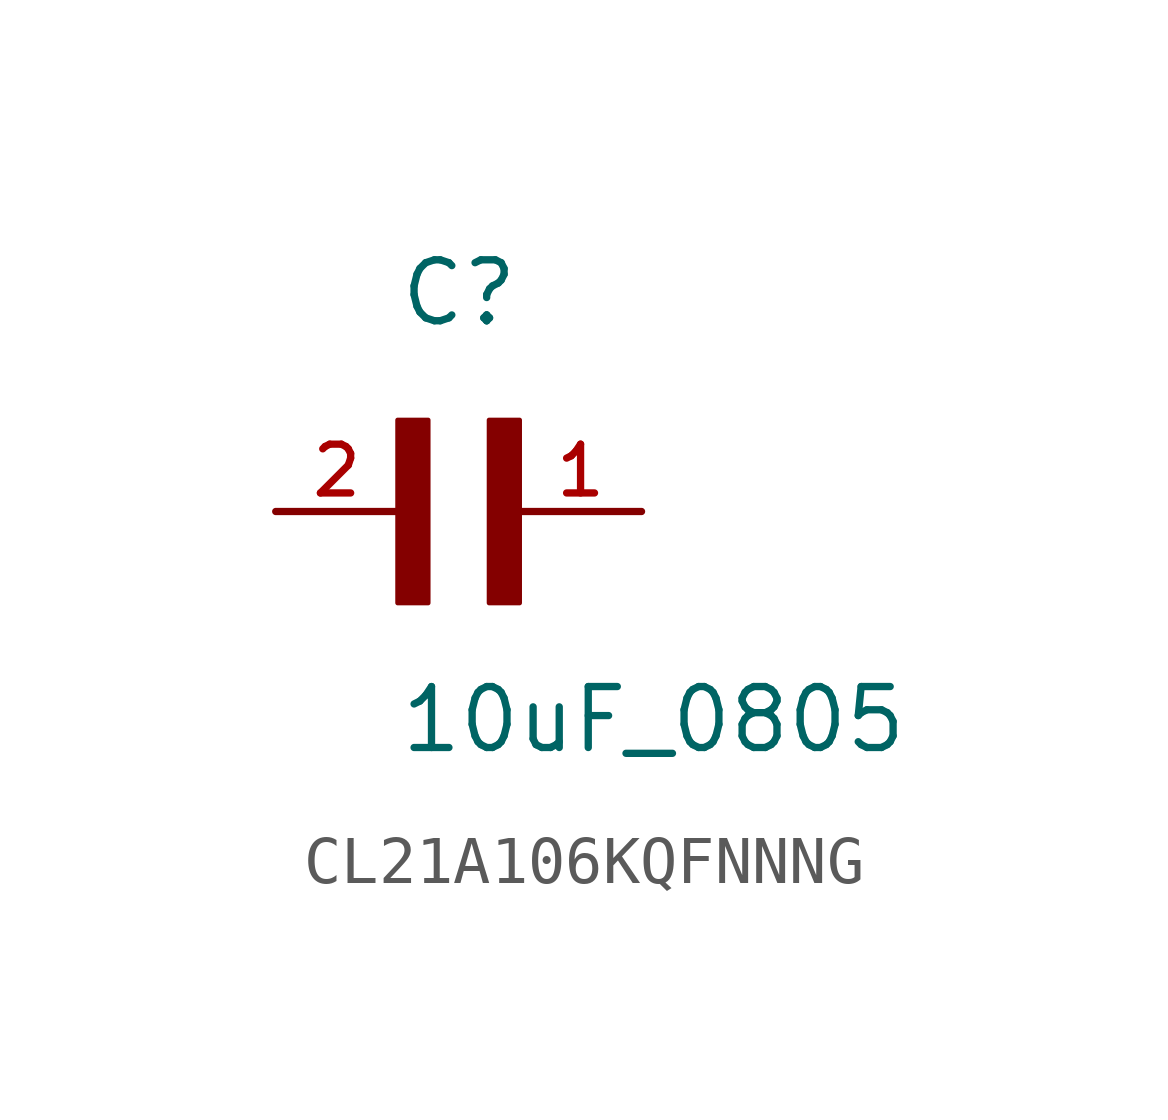
<source format=kicad_sym>
(kicad_symbol_lib
  (version 20220914)
  (generator kicad_symbol_editor)
  (symbol "CL21A106KQFNNNG"
    (pin_names
      (offset 1.016))
    (property "Reference" "C"
      (at 0 3.81 0)
      (effects (font (size 1.27 1.27)) (justify left bottom)))
    (property "Value" "10uF_0805"
      (at 0 -5.08 0)
      (effects (font (size 1.27 1.27)) (justify left bottom)))
    (symbol "CL21A106KQFNNNG_0_0"
      (rectangle (start 0 -1.905) (end 0.635 1.905) (stroke (width 0.1) (type default)) (fill (type outline)))
      (rectangle (start 1.905 -1.905) (end 2.54 1.905) (stroke (width 0.1) (type default)) (fill (type outline)))
      (pin passive line (at 5.08 0 180) (length 2.54) (name "~" (effects (font (size 1.016 1.016)))) (number "1" (effects (font (size 1.016 1.016)))))
      (pin passive line (at -2.54 0 0) (length 2.54) (name "~" (effects (font (size 1.016 1.016)))) (number "2" (effects (font (size 1.016 1.016))))))))
</source>
